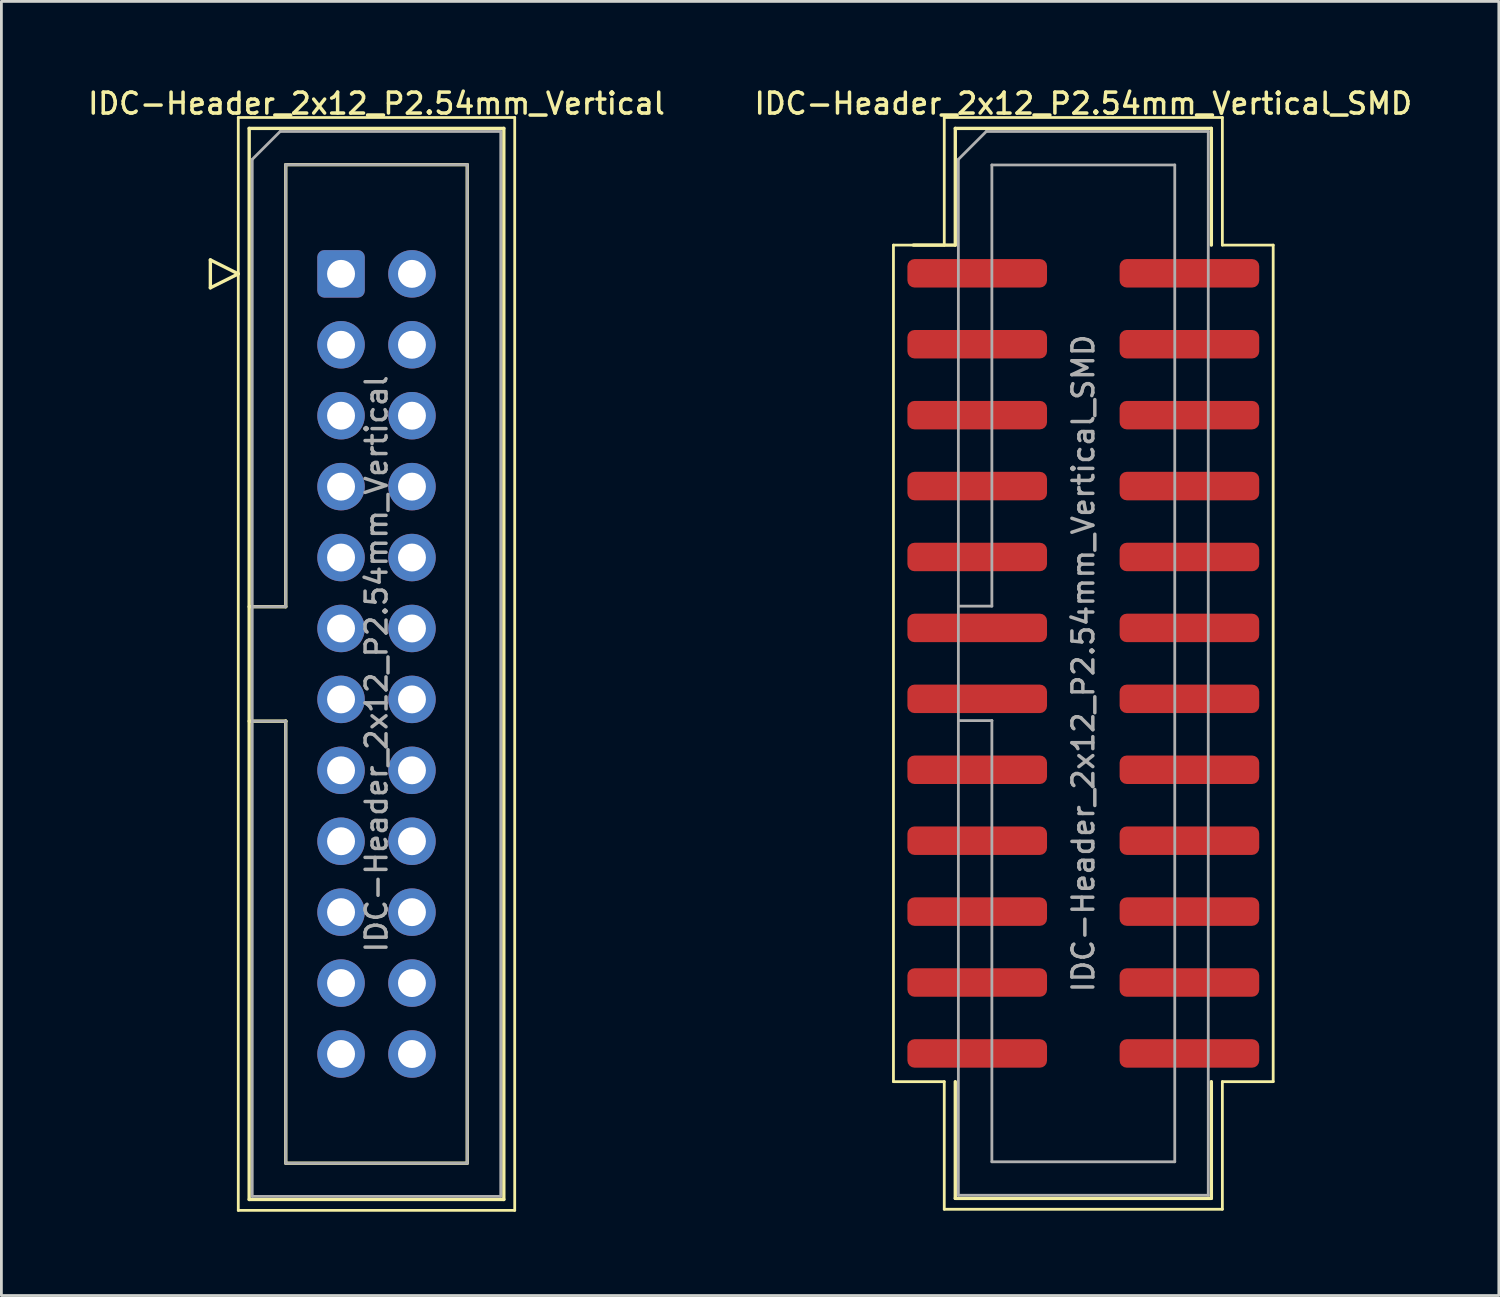
<source format=kicad_pcb>
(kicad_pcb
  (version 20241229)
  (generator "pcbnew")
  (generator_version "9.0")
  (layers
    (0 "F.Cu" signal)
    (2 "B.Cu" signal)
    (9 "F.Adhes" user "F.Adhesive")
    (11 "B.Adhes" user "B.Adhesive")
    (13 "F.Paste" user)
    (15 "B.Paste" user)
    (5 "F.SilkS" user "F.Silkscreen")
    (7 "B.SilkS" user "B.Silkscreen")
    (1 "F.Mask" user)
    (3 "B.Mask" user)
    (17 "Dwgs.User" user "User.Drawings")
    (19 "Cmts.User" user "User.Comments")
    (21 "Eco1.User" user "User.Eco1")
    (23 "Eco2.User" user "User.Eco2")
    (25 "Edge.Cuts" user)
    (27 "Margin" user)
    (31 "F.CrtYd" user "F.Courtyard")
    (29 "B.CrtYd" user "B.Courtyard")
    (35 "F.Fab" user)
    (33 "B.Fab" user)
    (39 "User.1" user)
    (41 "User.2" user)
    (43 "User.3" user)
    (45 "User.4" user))
  (footprint "IDC-Header_2x12_P2.54mm_Vertical_SMD"
    (layer "F.Cu")
    (at 35.748 20.708)
    (property "Reference" "IDC-Header_2x12_P2.54mm_Vertical_SMD" (at 0 -20.05 0) (layer "F.SilkS") (effects (font (size 0.75 0.75) (thickness 0.125))))
    (attr smd)
    (fp_line (start -6.8 -14.98) (end -6.8 14.98) (stroke (width 0.1) (type solid)) (layer "F.SilkS"))
    (fp_line (start -6.8 14.98) (end -4.98 14.98) (stroke (width 0.1) (type solid)) (layer "F.SilkS"))
    (fp_line (start -4.98 -19.55) (end -4.98 -14.98) (stroke (width 0.1) (type solid)) (layer "F.SilkS"))
    (fp_line (start -4.98 -14.98) (end -6.8 -14.98) (stroke (width 0.1) (type solid)) (layer "F.SilkS"))
    (fp_line (start -4.98 14.98) (end -4.98 19.55) (stroke (width 0.1) (type solid)) (layer "F.SilkS"))
    (fp_line (start -4.98 19.55) (end 4.98 19.55) (stroke (width 0.1) (type solid)) (layer "F.SilkS"))
    (fp_line (start -4.585 -19.16) (end 4.585 -19.16) (stroke (width 0.12) (type solid)) (layer "F.SilkS"))
    (fp_line (start -4.585 -14.98) (end -6.085 -14.98) (stroke (width 0.12) (type solid)) (layer "F.SilkS"))
    (fp_line (start -4.585 -14.98) (end -4.585 -19.16) (stroke (width 0.12) (type solid)) (layer "F.SilkS"))
    (fp_line (start -4.585 14.98) (end -4.585 19.16) (stroke (width 0.12) (type solid)) (layer "F.SilkS"))
    (fp_line (start -4.585 19.16) (end 4.585 19.16) (stroke (width 0.12) (type solid)) (layer "F.SilkS"))
    (fp_line (start 4.585 -19.16) (end 4.585 -14.98) (stroke (width 0.12) (type solid)) (layer "F.SilkS"))
    (fp_line (start 4.585 19.16) (end 4.585 14.98) (stroke (width 0.12) (type solid)) (layer "F.SilkS"))
    (fp_line (start 4.98 -19.55) (end -4.98 -19.55) (stroke (width 0.1) (type solid)) (layer "F.SilkS"))
    (fp_line (start 4.98 -14.98) (end 4.98 -19.55) (stroke (width 0.1) (type solid)) (layer "F.SilkS"))
    (fp_line (start 4.98 14.98) (end 6.8 14.98) (stroke (width 0.1) (type solid)) (layer "F.SilkS"))
    (fp_line (start 4.98 19.55) (end 4.98 14.98) (stroke (width 0.1) (type solid)) (layer "F.SilkS"))
    (fp_line (start 6.8 -14.98) (end 4.98 -14.98) (stroke (width 0.1) (type solid)) (layer "F.SilkS"))
    (fp_line (start 6.8 14.98) (end 6.8 -14.98) (stroke (width 0.1) (type solid)) (layer "F.SilkS"))
    (fp_line (start -4.475 -18.05) (end -3.475 -19.05) (stroke (width 0.1) (type solid)) (layer "F.Fab"))
    (fp_line (start -4.475 -2.05) (end -3.275 -2.05) (stroke (width 0.1) (type solid)) (layer "F.Fab"))
    (fp_line (start -4.475 19.05) (end -4.475 -18.05) (stroke (width 0.1) (type solid)) (layer "F.Fab"))
    (fp_line (start -3.475 -19.05) (end 4.475 -19.05) (stroke (width 0.1) (type solid)) (layer "F.Fab"))
    (fp_line (start -3.275 -17.85) (end 3.275 -17.85) (stroke (width 0.1) (type solid)) (layer "F.Fab"))
    (fp_line (start -3.275 -2.05) (end -3.275 -17.85) (stroke (width 0.1) (type solid)) (layer "F.Fab"))
    (fp_line (start -3.275 2.05) (end -4.475 2.05) (stroke (width 0.1) (type solid)) (layer "F.Fab"))
    (fp_line (start -3.275 2.05) (end -3.275 2.05) (stroke (width 0.1) (type solid)) (layer "F.Fab"))
    (fp_line (start -3.275 17.85) (end -3.275 2.05) (stroke (width 0.1) (type solid)) (layer "F.Fab"))
    (fp_line (start 3.275 -17.85) (end 3.275 17.85) (stroke (width 0.1) (type solid)) (layer "F.Fab"))
    (fp_line (start 3.275 17.85) (end -3.275 17.85) (stroke (width 0.1) (type solid)) (layer "F.Fab"))
    (fp_line (start 4.475 -19.05) (end 4.475 19.05) (stroke (width 0.1) (type solid)) (layer "F.Fab"))
    (fp_line (start 4.475 19.05) (end -4.475 19.05) (stroke (width 0.1) (type solid)) (layer "F.Fab"))
    (fp_text user "${REFERENCE}" (at 0 0 90) (layer "F.Fab") (effects (font (size 0.75 0.75) (thickness 0.125))))
    (pad "1" smd roundrect (at -3.8 -13.97) (size 5 1.02) (layers "F.Cu" "F.Mask" "F.Paste") (roundrect_rratio 0.25))
    (pad "2" smd roundrect (at 3.8 -13.97) (size 5 1.02) (layers "F.Cu" "F.Mask" "F.Paste") (roundrect_rratio 0.25))
    (pad "3" smd roundrect (at -3.8 -11.43) (size 5 1.02) (layers "F.Cu" "F.Mask" "F.Paste") (roundrect_rratio 0.25))
    (pad "4" smd roundrect (at 3.8 -11.43) (size 5 1.02) (layers "F.Cu" "F.Mask" "F.Paste") (roundrect_rratio 0.25))
    (pad "5" smd roundrect (at -3.8 -8.89) (size 5 1.02) (layers "F.Cu" "F.Mask" "F.Paste") (roundrect_rratio 0.25))
    (pad "6" smd roundrect (at 3.8 -8.89) (size 5 1.02) (layers "F.Cu" "F.Mask" "F.Paste") (roundrect_rratio 0.25))
    (pad "7" smd roundrect (at -3.8 -6.35) (size 5 1.02) (layers "F.Cu" "F.Mask" "F.Paste") (roundrect_rratio 0.25))
    (pad "8" smd roundrect (at 3.8 -6.35) (size 5 1.02) (layers "F.Cu" "F.Mask" "F.Paste") (roundrect_rratio 0.25))
    (pad "9" smd roundrect (at -3.8 -3.81) (size 5 1.02) (layers "F.Cu" "F.Mask" "F.Paste") (roundrect_rratio 0.25))
    (pad "10" smd roundrect (at 3.8 -3.81) (size 5 1.02) (layers "F.Cu" "F.Mask" "F.Paste") (roundrect_rratio 0.25))
    (pad "11" smd roundrect (at -3.8 -1.27) (size 5 1.02) (layers "F.Cu" "F.Mask" "F.Paste") (roundrect_rratio 0.25))
    (pad "12" smd roundrect (at 3.8 -1.27) (size 5 1.02) (layers "F.Cu" "F.Mask" "F.Paste") (roundrect_rratio 0.25))
    (pad "13" smd roundrect (at -3.8 1.27) (size 5 1.02) (layers "F.Cu" "F.Mask" "F.Paste") (roundrect_rratio 0.25))
    (pad "14" smd roundrect (at 3.8 1.27) (size 5 1.02) (layers "F.Cu" "F.Mask" "F.Paste") (roundrect_rratio 0.25))
    (pad "15" smd roundrect (at -3.8 3.81) (size 5 1.02) (layers "F.Cu" "F.Mask" "F.Paste") (roundrect_rratio 0.25))
    (pad "16" smd roundrect (at 3.8 3.81) (size 5 1.02) (layers "F.Cu" "F.Mask" "F.Paste") (roundrect_rratio 0.25))
    (pad "17" smd roundrect (at -3.8 6.35) (size 5 1.02) (layers "F.Cu" "F.Mask" "F.Paste") (roundrect_rratio 0.25))
    (pad "18" smd roundrect (at 3.8 6.35) (size 5 1.02) (layers "F.Cu" "F.Mask" "F.Paste") (roundrect_rratio 0.25))
    (pad "19" smd roundrect (at -3.8 8.89) (size 5 1.02) (layers "F.Cu" "F.Mask" "F.Paste") (roundrect_rratio 0.25))
    (pad "20" smd roundrect (at 3.8 8.89) (size 5 1.02) (layers "F.Cu" "F.Mask" "F.Paste") (roundrect_rratio 0.25))
    (pad "21" smd roundrect (at -3.8 11.43) (size 5 1.02) (layers "F.Cu" "F.Mask" "F.Paste") (roundrect_rratio 0.25))
    (pad "22" smd roundrect (at 3.8 11.43) (size 5 1.02) (layers "F.Cu" "F.Mask" "F.Paste") (roundrect_rratio 0.25))
    (pad "23" smd roundrect (at -3.8 13.97) (size 5 1.02) (layers "F.Cu" "F.Mask" "F.Paste") (roundrect_rratio 0.25))
    (pad "24" smd roundrect (at 3.8 13.97) (size 5 1.02) (layers "F.Cu" "F.Mask" "F.Paste") (roundrect_rratio 0.25)))
  (footprint "IDC-Header_2x12_P2.54mm_Vertical"
    (layer "F.Cu")
    (at 9.164 6.758)
    (property "Reference" "IDC-Header_2x12_P2.54mm_Vertical" (at 1.27 -6.1 0) (layer "F.SilkS") (effects (font (size 0.75 0.75) (thickness 0.125))))
    (attr through_hole)
    (fp_line (start -4.68 -0.5) (end -4.68 0.5) (stroke (width 0.12) (type solid)) (layer "F.SilkS"))
    (fp_line (start -4.68 0.5) (end -3.68 0) (stroke (width 0.12) (type solid)) (layer "F.SilkS"))
    (fp_line (start -3.68 -5.6) (end -3.68 33.54) (stroke (width 0.1) (type solid)) (layer "F.SilkS"))
    (fp_line (start -3.68 0) (end -4.68 -0.5) (stroke (width 0.12) (type solid)) (layer "F.SilkS"))
    (fp_line (start -3.68 33.54) (end 6.22 33.54) (stroke (width 0.1) (type solid)) (layer "F.SilkS"))
    (fp_line (start -3.29 -5.21) (end 5.83 -5.21) (stroke (width 0.12) (type solid)) (layer "F.SilkS"))
    (fp_line (start -3.29 11.92) (end -1.98 11.92) (stroke (width 0.12) (type solid)) (layer "F.SilkS"))
    (fp_line (start -3.29 33.15) (end -3.29 -5.21) (stroke (width 0.12) (type solid)) (layer "F.SilkS"))
    (fp_line (start -1.98 -3.91) (end 4.52 -3.91) (stroke (width 0.12) (type solid)) (layer "F.SilkS"))
    (fp_line (start -1.98 11.92) (end -1.98 -3.91) (stroke (width 0.12) (type solid)) (layer "F.SilkS"))
    (fp_line (start -1.98 16.02) (end -3.29 16.02) (stroke (width 0.12) (type solid)) (layer "F.SilkS"))
    (fp_line (start -1.98 16.02) (end -1.98 16.02) (stroke (width 0.12) (type solid)) (layer "F.SilkS"))
    (fp_line (start -1.98 31.85) (end -1.98 16.02) (stroke (width 0.12) (type solid)) (layer "F.SilkS"))
    (fp_line (start 4.52 -3.91) (end 4.52 31.85) (stroke (width 0.12) (type solid)) (layer "F.SilkS"))
    (fp_line (start 4.52 31.85) (end -1.98 31.85) (stroke (width 0.12) (type solid)) (layer "F.SilkS"))
    (fp_line (start 5.83 -5.21) (end 5.83 33.15) (stroke (width 0.12) (type solid)) (layer "F.SilkS"))
    (fp_line (start 5.83 33.15) (end -3.29 33.15) (stroke (width 0.12) (type solid)) (layer "F.SilkS"))
    (fp_line (start 6.22 -5.6) (end -3.68 -5.6) (stroke (width 0.1) (type solid)) (layer "F.SilkS"))
    (fp_line (start 6.22 33.54) (end 6.22 -5.6) (stroke (width 0.1) (type solid)) (layer "F.SilkS"))
    (fp_line (start -3.18 -4.1) (end -2.18 -5.1) (stroke (width 0.1) (type solid)) (layer "F.Fab"))
    (fp_line (start -3.18 11.92) (end -1.98 11.92) (stroke (width 0.1) (type solid)) (layer "F.Fab"))
    (fp_line (start -3.18 33.04) (end -3.18 -4.1) (stroke (width 0.1) (type solid)) (layer "F.Fab"))
    (fp_line (start -2.18 -5.1) (end 5.72 -5.1) (stroke (width 0.1) (type solid)) (layer "F.Fab"))
    (fp_line (start -1.98 -3.91) (end 4.52 -3.91) (stroke (width 0.1) (type solid)) (layer "F.Fab"))
    (fp_line (start -1.98 11.92) (end -1.98 -3.91) (stroke (width 0.1) (type solid)) (layer "F.Fab"))
    (fp_line (start -1.98 16.02) (end -3.18 16.02) (stroke (width 0.1) (type solid)) (layer "F.Fab"))
    (fp_line (start -1.98 16.02) (end -1.98 16.02) (stroke (width 0.1) (type solid)) (layer "F.Fab"))
    (fp_line (start -1.98 31.85) (end -1.98 16.02) (stroke (width 0.1) (type solid)) (layer "F.Fab"))
    (fp_line (start 4.52 -3.91) (end 4.52 31.85) (stroke (width 0.1) (type solid)) (layer "F.Fab"))
    (fp_line (start 4.52 31.85) (end -1.98 31.85) (stroke (width 0.1) (type solid)) (layer "F.Fab"))
    (fp_line (start 5.72 -5.1) (end 5.72 33.04) (stroke (width 0.1) (type solid)) (layer "F.Fab"))
    (fp_line (start 5.72 33.04) (end -3.18 33.04) (stroke (width 0.1) (type solid)) (layer "F.Fab"))
    (fp_text user "${REFERENCE}" (at 1.27 13.97 90) (layer "F.Fab") (effects (font (size 0.75 0.75) (thickness 0.125))))
    (pad "1" thru_hole roundrect (at 0 0) (size 1.7 1.7) (drill 1) (layers "*.Cu" "*.Mask") (roundrect_rratio 0.147))
    (pad "2" thru_hole circle (at 2.54 0) (size 1.7 1.7) (drill 1) (layers "*.Cu" "*.Mask"))
    (pad "3" thru_hole circle (at 0 2.54) (size 1.7 1.7) (drill 1) (layers "*.Cu" "*.Mask"))
    (pad "4" thru_hole circle (at 2.54 2.54) (size 1.7 1.7) (drill 1) (layers "*.Cu" "*.Mask"))
    (pad "5" thru_hole circle (at 0 5.08) (size 1.7 1.7) (drill 1) (layers "*.Cu" "*.Mask"))
    (pad "6" thru_hole circle (at 2.54 5.08) (size 1.7 1.7) (drill 1) (layers "*.Cu" "*.Mask"))
    (pad "7" thru_hole circle (at 0 7.62) (size 1.7 1.7) (drill 1) (layers "*.Cu" "*.Mask"))
    (pad "8" thru_hole circle (at 2.54 7.62) (size 1.7 1.7) (drill 1) (layers "*.Cu" "*.Mask"))
    (pad "9" thru_hole circle (at 0 10.16) (size 1.7 1.7) (drill 1) (layers "*.Cu" "*.Mask"))
    (pad "10" thru_hole circle (at 2.54 10.16) (size 1.7 1.7) (drill 1) (layers "*.Cu" "*.Mask"))
    (pad "11" thru_hole circle (at 0 12.7) (size 1.7 1.7) (drill 1) (layers "*.Cu" "*.Mask"))
    (pad "12" thru_hole circle (at 2.54 12.7) (size 1.7 1.7) (drill 1) (layers "*.Cu" "*.Mask"))
    (pad "13" thru_hole circle (at 0 15.24) (size 1.7 1.7) (drill 1) (layers "*.Cu" "*.Mask"))
    (pad "14" thru_hole circle (at 2.54 15.24) (size 1.7 1.7) (drill 1) (layers "*.Cu" "*.Mask"))
    (pad "15" thru_hole circle (at 0 17.78) (size 1.7 1.7) (drill 1) (layers "*.Cu" "*.Mask"))
    (pad "16" thru_hole circle (at 2.54 17.78) (size 1.7 1.7) (drill 1) (layers "*.Cu" "*.Mask"))
    (pad "17" thru_hole circle (at 0 20.32) (size 1.7 1.7) (drill 1) (layers "*.Cu" "*.Mask"))
    (pad "18" thru_hole circle (at 2.54 20.32) (size 1.7 1.7) (drill 1) (layers "*.Cu" "*.Mask"))
    (pad "19" thru_hole circle (at 0 22.86) (size 1.7 1.7) (drill 1) (layers "*.Cu" "*.Mask"))
    (pad "20" thru_hole circle (at 2.54 22.86) (size 1.7 1.7) (drill 1) (layers "*.Cu" "*.Mask"))
    (pad "21" thru_hole circle (at 0 25.4) (size 1.7 1.7) (drill 1) (layers "*.Cu" "*.Mask"))
    (pad "22" thru_hole circle (at 2.54 25.4) (size 1.7 1.7) (drill 1) (layers "*.Cu" "*.Mask"))
    (pad "23" thru_hole circle (at 0 27.94) (size 1.7 1.7) (drill 1) (layers "*.Cu" "*.Mask"))
    (pad "24" thru_hole circle (at 2.54 27.94) (size 1.7 1.7) (drill 1) (layers "*.Cu" "*.Mask")))
  (gr_rect
    (start -3 -3)
    (end 50.629 43.348)
    (stroke (width 0.1) (type default))
    (fill no)
    (layer "Edge.Cuts")))
</source>
